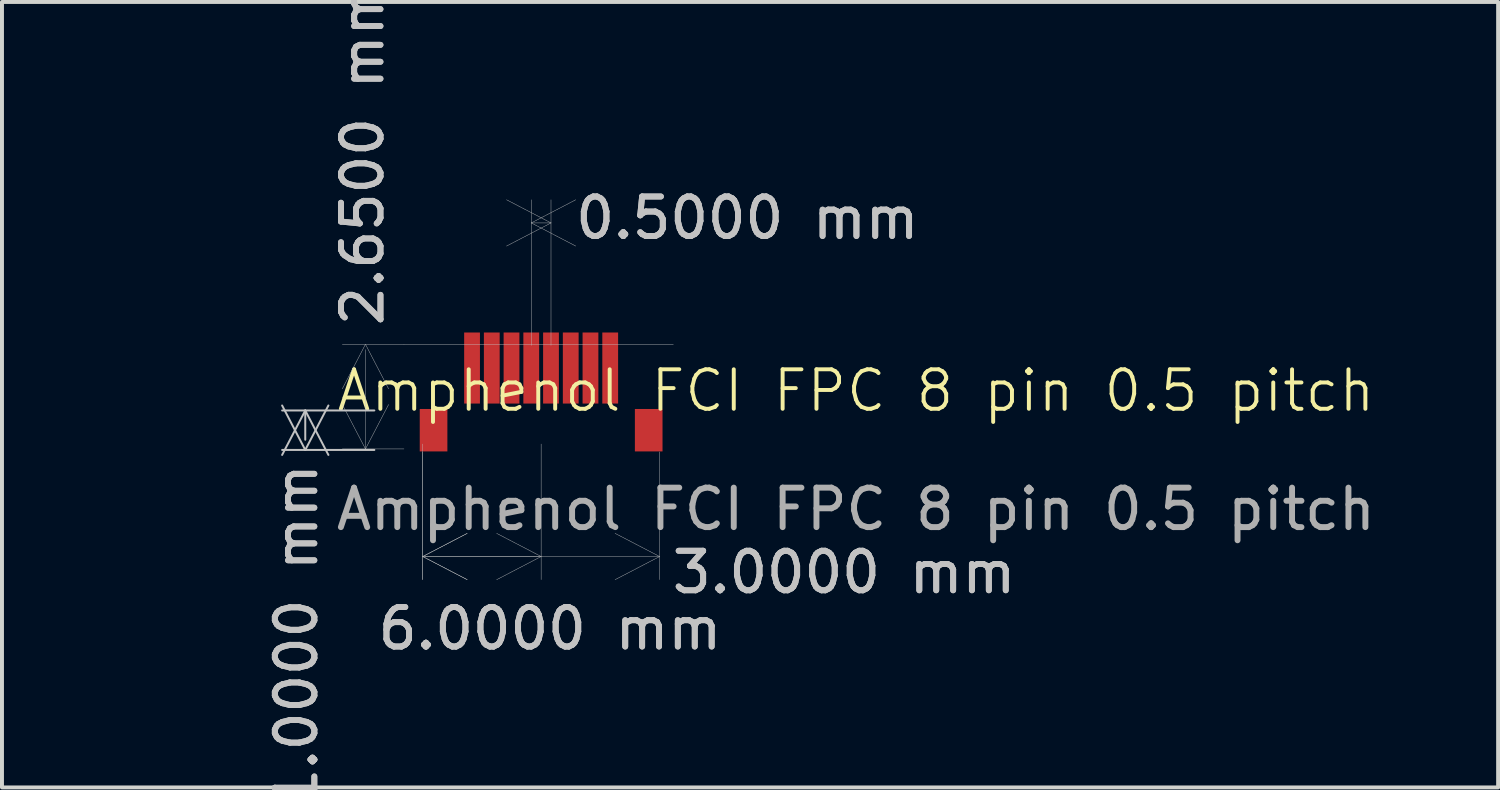
<source format=kicad_pcb>
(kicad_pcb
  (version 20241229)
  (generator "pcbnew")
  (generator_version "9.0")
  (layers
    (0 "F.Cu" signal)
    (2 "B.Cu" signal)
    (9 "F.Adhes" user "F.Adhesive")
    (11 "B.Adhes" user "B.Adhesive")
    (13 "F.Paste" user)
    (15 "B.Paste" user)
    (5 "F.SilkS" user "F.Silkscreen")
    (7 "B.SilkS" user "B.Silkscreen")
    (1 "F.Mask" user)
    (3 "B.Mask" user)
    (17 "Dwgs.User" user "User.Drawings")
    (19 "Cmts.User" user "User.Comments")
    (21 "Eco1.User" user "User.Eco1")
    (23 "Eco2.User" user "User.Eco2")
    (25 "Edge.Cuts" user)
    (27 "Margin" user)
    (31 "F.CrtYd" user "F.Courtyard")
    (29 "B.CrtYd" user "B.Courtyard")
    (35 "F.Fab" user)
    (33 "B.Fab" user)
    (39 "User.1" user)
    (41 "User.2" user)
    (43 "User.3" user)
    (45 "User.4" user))
  (footprint "Amphenol FCI FPC 8 pin 0.5 pitch"
    (layer "F.Cu")
    (at 10.658 7.698)
    (property "Reference" "Amphenol FCI FPC 8 pin 0.5 pitch" (at 7.975 -0.85 0) (unlocked yes) (layer "F.SilkS") (effects (font (size 1 1) (thickness 0.1))))
    (attr smd)
    (fp_line (start -3.475 -2.025) (end 3.35 -2.025) (stroke (width 0.01) (type default)) (layer "Dwgs.User"))
    (fp_text user "${REFERENCE}" (at 7.975 2.15 0) (unlocked yes) (layer "F.Fab") (effects (font (size 1 1) (thickness 0.15))))
    (dimension (type aligned) (layer "Dwgs.User") (pts (xy 6.933 7.348) (xy 6.933 8.348)) (height 2.25) (format (prefix "") (suffix "") (units 3) (units_format 1) (precision 4)) (style (thickness 0.05) (arrow_length 1.27) (text_position_mode 2) (arrow_direction outward) (extension_height 0.586) (extension_offset 0.5) (keep_text_aligned yes)) (gr_text "1.0000 mm" (at 4.458 13.048 90) (layer "Dwgs.User") (effects (font (size 1 1) (thickness 0.15)))))
    (dimension (type aligned) (layer "Dwgs.User") (pts (xy 10.408 6.198) (xy 10.908 6.198)) (height -3.601) (format (prefix "") (suffix "") (units 3) (units_format 1) (precision 4)) (style (thickness 0.01) (arrow_length 1.27) (text_position_mode 2) (arrow_direction outward) (extension_height 0.586) (extension_offset 0.5) (keep_text_aligned yes)) (gr_text "0.5000 mm" (at 15.883 2.473 0) (layer "Dwgs.User") (effects (font (size 1 1) (thickness 0.15)))))
    (dimension (type aligned) (layer "Dwgs.User") (pts (xy 7.683 8.323) (xy 7.683 5.673)) (height -1.475) (format (prefix "") (suffix "") (units 3) (units_format 1) (precision 4)) (style (thickness 0.01) (arrow_length 1.27) (text_position_mode 2) (arrow_direction outward) (extension_height 0.586) (extension_offset 0.5) (keep_text_aligned yes)) (gr_text "2.6500 mm" (at 6.133 0.848 90) (layer "Dwgs.User") (effects (font (size 1 1) (thickness 0.15)))))
    (dimension (type aligned) (layer "Dwgs.User") (pts (xy 7.658 7.898) (xy 13.658 7.898)) (height 3.15) (format (prefix "") (suffix "") (units 3) (units_format 1) (precision 4)) (style (thickness 0.01) (arrow_length 1.27) (text_position_mode 2) (arrow_direction outward) (extension_height 0.586) (extension_offset 0.5) (keep_text_aligned yes)) (gr_text "6.0000 mm" (at 10.883 12.873 0) (layer "Dwgs.User") (effects (font (size 1 1) (thickness 0.15)))))
    (dimension (type aligned) (layer "Dwgs.User") (pts (xy 10.658 7.698) (xy 7.658 7.698)) (height -3.35) (format (prefix "") (suffix "") (units 3) (units_format 1) (precision 4)) (style (thickness 0.01) (arrow_length 1.27) (text_position_mode 2) (arrow_direction outward) (extension_height 0.586) (extension_offset 0.5) (keep_text_aligned yes)) (gr_text "3.0000 mm" (at 18.333 11.448 0) (layer "Dwgs.User") (effects (font (size 1 1) (thickness 0.15)))))
    (pad "1" smd rect (at -1.75 -1.425) (size 0.4 1.8) (layers "F.Cu" "F.Mask" "F.Paste"))
    (pad "2" smd rect (at -1.25 -1.425) (size 0.4 1.8) (layers "F.Cu" "F.Mask" "F.Paste"))
    (pad "3" smd rect (at -0.75 -1.425) (size 0.4 1.8) (layers "F.Cu" "F.Mask" "F.Paste"))
    (pad "4" smd rect (at -0.25 -1.425) (size 0.4 1.8) (layers "F.Cu" "F.Mask" "F.Paste"))
    (pad "5" smd rect (at 0.25 -1.425) (size 0.4 1.8) (layers "F.Cu" "F.Mask" "F.Paste"))
    (pad "6" smd rect (at 0.75 -1.425) (size 0.4 1.8) (layers "F.Cu" "F.Mask" "F.Paste"))
    (pad "7" smd rect (at 1.25 -1.425) (size 0.4 1.8) (layers "F.Cu" "F.Mask" "F.Paste"))
    (pad "8" smd rect (at 1.75 -1.425) (size 0.4 1.8) (layers "F.Cu" "F.Mask" "F.Paste"))
    (pad "9" smd rect (at -2.725 0.15) (size 0.7 1.075) (layers "F.Cu" "F.Mask" "F.Paste"))
    (pad "9" smd rect (at 2.725 0.15) (size 0.7 1.075) (layers "F.Cu" "F.Mask" "F.Paste")))
  (gr_rect
    (start -3 -3)
    (end 34.901 16.897)
    (stroke (width 0.1) (type default))
    (fill no)
    (layer "Edge.Cuts")))
</source>
